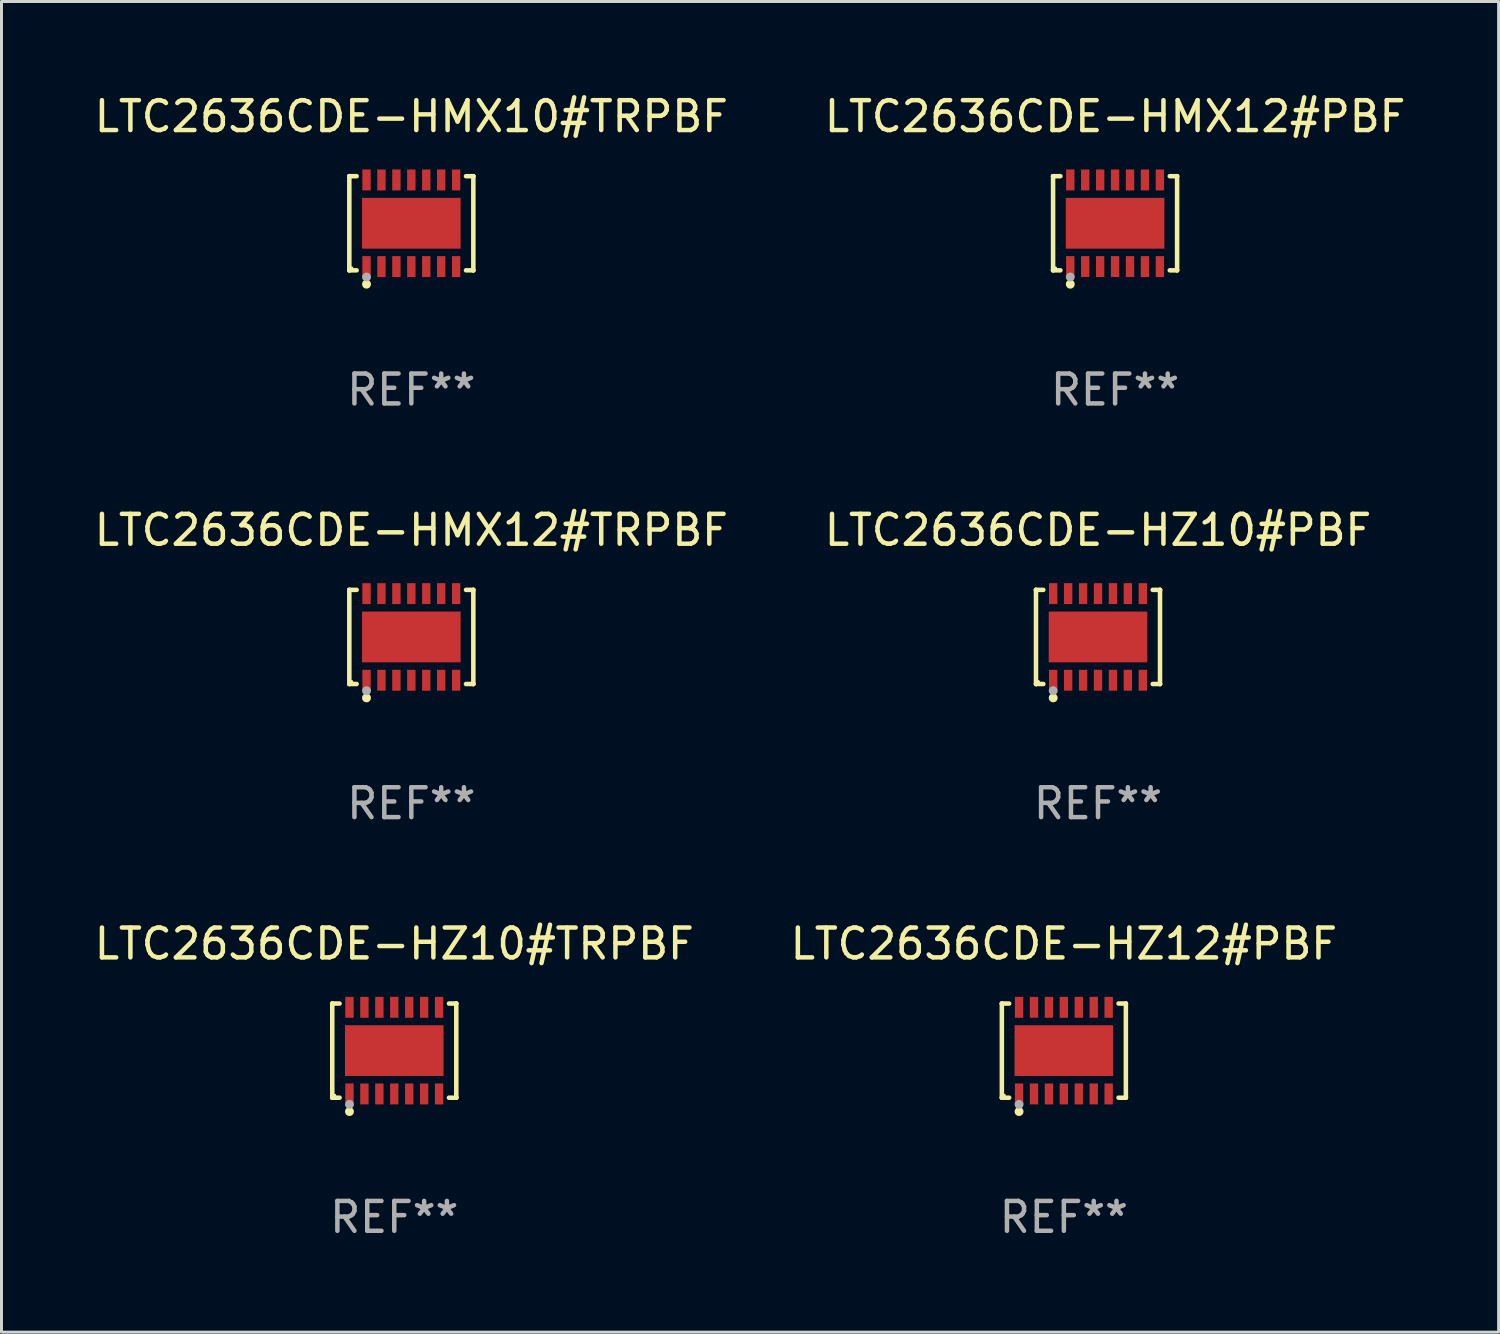
<source format=kicad_pcb>
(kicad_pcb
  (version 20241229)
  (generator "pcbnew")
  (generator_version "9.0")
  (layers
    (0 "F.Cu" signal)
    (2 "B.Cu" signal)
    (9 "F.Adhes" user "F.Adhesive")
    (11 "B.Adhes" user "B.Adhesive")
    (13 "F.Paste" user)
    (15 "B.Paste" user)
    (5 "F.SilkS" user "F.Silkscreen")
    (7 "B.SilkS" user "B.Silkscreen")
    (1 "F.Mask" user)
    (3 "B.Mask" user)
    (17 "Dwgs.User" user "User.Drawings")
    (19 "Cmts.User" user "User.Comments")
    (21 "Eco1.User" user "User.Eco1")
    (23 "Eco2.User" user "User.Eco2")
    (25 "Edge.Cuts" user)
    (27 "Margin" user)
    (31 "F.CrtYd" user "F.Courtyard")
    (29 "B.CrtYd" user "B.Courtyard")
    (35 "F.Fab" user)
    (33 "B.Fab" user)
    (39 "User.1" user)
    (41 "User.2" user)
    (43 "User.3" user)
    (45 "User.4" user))
  (footprint "LTC2636CDE-HMX12#PBF"
    (layer "F.Cu")
    (at 34.28 4.424)
    (property "Reference" "LTC2636CDE-HMX12#PBF" (at 0 -3.576 0) (layer "F.SilkS") (effects (font (size 1 1) (thickness 0.15))))
    (attr through_hole)
    (fp_line (start -2.076 -1.576) (end -2.076 -1.576) (stroke (width 0.152) (type solid)) (layer "F.SilkS"))
    (fp_line (start -2.076 -1.576) (end -1.831 -1.576) (stroke (width 0.152) (type solid)) (layer "F.SilkS"))
    (fp_line (start -2.076 1.576) (end -2.076 -1.576) (stroke (width 0.152) (type solid)) (layer "F.SilkS"))
    (fp_line (start -2.076 1.576) (end -2.076 1.576) (stroke (width 0.152) (type solid)) (layer "F.SilkS"))
    (fp_line (start -1.831 1.576) (end -2.076 1.576) (stroke (width 0.152) (type solid)) (layer "F.SilkS"))
    (fp_line (start 1.831 1.576) (end 2.076 1.576) (stroke (width 0.152) (type solid)) (layer "F.SilkS"))
    (fp_line (start 2.076 -1.576) (end 1.831 -1.576) (stroke (width 0.152) (type solid)) (layer "F.SilkS"))
    (fp_line (start 2.076 -1.576) (end 2.076 -1.576) (stroke (width 0.152) (type solid)) (layer "F.SilkS"))
    (fp_line (start 2.076 1.576) (end 2.076 -1.576) (stroke (width 0.152) (type solid)) (layer "F.SilkS"))
    (fp_line (start 2.076 1.576) (end 2.076 1.576) (stroke (width 0.152) (type solid)) (layer "F.SilkS"))
    (fp_circle (center -2 1.5) (end -1.97 1.5) (stroke (width 0.06) (type solid)) (fill no) (layer "F.SilkS"))
    (fp_circle (center -1.5 2.04) (end -1.425 2.04) (stroke (width 0.15) (type solid)) (fill no) (layer "F.SilkS"))
    (fp_circle (center -1.5 1.8) (end -1.425 1.8) (stroke (width 0.15) (type solid)) (fill no) (layer "F.Fab"))
    (fp_text user "REF**" (at 0 5.576 0) (layer "F.Fab") (effects (font (size 1 1) (thickness 0.15))))
    (pad "1" smd rect (at -1.5 1.45) (size 0.28 0.7) (layers "F.Cu" "F.Mask" "F.Paste"))
    (pad "2" smd rect (at -1 1.45) (size 0.28 0.7) (layers "F.Cu" "F.Mask" "F.Paste"))
    (pad "3" smd rect (at -0.5 1.45) (size 0.28 0.7) (layers "F.Cu" "F.Mask" "F.Paste"))
    (pad "4" smd rect (at 0 1.45) (size 0.28 0.7) (layers "F.Cu" "F.Mask" "F.Paste"))
    (pad "5" smd rect (at 0.5 1.45) (size 0.28 0.7) (layers "F.Cu" "F.Mask" "F.Paste"))
    (pad "6" smd rect (at 1 1.45) (size 0.28 0.7) (layers "F.Cu" "F.Mask" "F.Paste"))
    (pad "7" smd rect (at 1.5 1.45) (size 0.28 0.7) (layers "F.Cu" "F.Mask" "F.Paste"))
    (pad "8" smd rect (at 1.5 -1.45) (size 0.28 0.7) (layers "F.Cu" "F.Mask" "F.Paste"))
    (pad "9" smd rect (at 1 -1.45) (size 0.28 0.7) (layers "F.Cu" "F.Mask" "F.Paste"))
    (pad "10" smd rect (at 0.5 -1.45) (size 0.28 0.7) (layers "F.Cu" "F.Mask" "F.Paste"))
    (pad "11" smd rect (at 0 -1.45) (size 0.28 0.7) (layers "F.Cu" "F.Mask" "F.Paste"))
    (pad "12" smd rect (at -0.5 -1.45) (size 0.28 0.7) (layers "F.Cu" "F.Mask" "F.Paste"))
    (pad "13" smd rect (at -1 -1.45) (size 0.28 0.7) (layers "F.Cu" "F.Mask" "F.Paste"))
    (pad "14" smd rect (at -1.5 -1.45) (size 0.28 0.7) (layers "F.Cu" "F.Mask" "F.Paste"))
    (pad "15" smd rect (at 0 0) (size 3.3 1.7) (layers "F.Cu" "F.Mask" "F.Paste")))
  (footprint "LTC2636CDE-HZ10#PBF"
    (layer "F.Cu")
    (at 33.708 18.273)
    (property "Reference" "LTC2636CDE-HZ10#PBF" (at 0 -3.576 0) (layer "F.SilkS") (effects (font (size 1 1) (thickness 0.15))))
    (attr through_hole)
    (fp_line (start -2.076 -1.576) (end -2.076 -1.576) (stroke (width 0.152) (type solid)) (layer "F.SilkS"))
    (fp_line (start -2.076 -1.576) (end -1.831 -1.576) (stroke (width 0.152) (type solid)) (layer "F.SilkS"))
    (fp_line (start -2.076 1.576) (end -2.076 -1.576) (stroke (width 0.152) (type solid)) (layer "F.SilkS"))
    (fp_line (start -2.076 1.576) (end -2.076 1.576) (stroke (width 0.152) (type solid)) (layer "F.SilkS"))
    (fp_line (start -1.831 1.576) (end -2.076 1.576) (stroke (width 0.152) (type solid)) (layer "F.SilkS"))
    (fp_line (start 1.831 1.576) (end 2.076 1.576) (stroke (width 0.152) (type solid)) (layer "F.SilkS"))
    (fp_line (start 2.076 -1.576) (end 1.831 -1.576) (stroke (width 0.152) (type solid)) (layer "F.SilkS"))
    (fp_line (start 2.076 -1.576) (end 2.076 -1.576) (stroke (width 0.152) (type solid)) (layer "F.SilkS"))
    (fp_line (start 2.076 1.576) (end 2.076 -1.576) (stroke (width 0.152) (type solid)) (layer "F.SilkS"))
    (fp_line (start 2.076 1.576) (end 2.076 1.576) (stroke (width 0.152) (type solid)) (layer "F.SilkS"))
    (fp_circle (center -2 1.5) (end -1.97 1.5) (stroke (width 0.06) (type solid)) (fill no) (layer "F.SilkS"))
    (fp_circle (center -1.5 2.04) (end -1.425 2.04) (stroke (width 0.15) (type solid)) (fill no) (layer "F.SilkS"))
    (fp_circle (center -1.5 1.8) (end -1.425 1.8) (stroke (width 0.15) (type solid)) (fill no) (layer "F.Fab"))
    (fp_text user "REF**" (at 0 5.576 0) (layer "F.Fab") (effects (font (size 1 1) (thickness 0.15))))
    (pad "1" smd rect (at -1.5 1.45) (size 0.28 0.7) (layers "F.Cu" "F.Mask" "F.Paste"))
    (pad "2" smd rect (at -1 1.45) (size 0.28 0.7) (layers "F.Cu" "F.Mask" "F.Paste"))
    (pad "3" smd rect (at -0.5 1.45) (size 0.28 0.7) (layers "F.Cu" "F.Mask" "F.Paste"))
    (pad "4" smd rect (at 0 1.45) (size 0.28 0.7) (layers "F.Cu" "F.Mask" "F.Paste"))
    (pad "5" smd rect (at 0.5 1.45) (size 0.28 0.7) (layers "F.Cu" "F.Mask" "F.Paste"))
    (pad "6" smd rect (at 1 1.45) (size 0.28 0.7) (layers "F.Cu" "F.Mask" "F.Paste"))
    (pad "7" smd rect (at 1.5 1.45) (size 0.28 0.7) (layers "F.Cu" "F.Mask" "F.Paste"))
    (pad "8" smd rect (at 1.5 -1.45) (size 0.28 0.7) (layers "F.Cu" "F.Mask" "F.Paste"))
    (pad "9" smd rect (at 1 -1.45) (size 0.28 0.7) (layers "F.Cu" "F.Mask" "F.Paste"))
    (pad "10" smd rect (at 0.5 -1.45) (size 0.28 0.7) (layers "F.Cu" "F.Mask" "F.Paste"))
    (pad "11" smd rect (at 0 -1.45) (size 0.28 0.7) (layers "F.Cu" "F.Mask" "F.Paste"))
    (pad "12" smd rect (at -0.5 -1.45) (size 0.28 0.7) (layers "F.Cu" "F.Mask" "F.Paste"))
    (pad "13" smd rect (at -1 -1.45) (size 0.28 0.7) (layers "F.Cu" "F.Mask" "F.Paste"))
    (pad "14" smd rect (at -1.5 -1.45) (size 0.28 0.7) (layers "F.Cu" "F.Mask" "F.Paste"))
    (pad "15" smd rect (at 0 0) (size 3.3 1.7) (layers "F.Cu" "F.Mask" "F.Paste")))
  (footprint "LTC2636CDE-HMX10#TRPBF"
    (layer "F.Cu")
    (at 10.72 4.424)
    (property "Reference" "LTC2636CDE-HMX10#TRPBF" (at 0 -3.576 0) (layer "F.SilkS") (effects (font (size 1 1) (thickness 0.15))))
    (attr through_hole)
    (fp_line (start -2.076 -1.576) (end -2.076 -1.576) (stroke (width 0.152) (type solid)) (layer "F.SilkS"))
    (fp_line (start -2.076 -1.576) (end -1.831 -1.576) (stroke (width 0.152) (type solid)) (layer "F.SilkS"))
    (fp_line (start -2.076 1.576) (end -2.076 -1.576) (stroke (width 0.152) (type solid)) (layer "F.SilkS"))
    (fp_line (start -2.076 1.576) (end -2.076 1.576) (stroke (width 0.152) (type solid)) (layer "F.SilkS"))
    (fp_line (start -1.831 1.576) (end -2.076 1.576) (stroke (width 0.152) (type solid)) (layer "F.SilkS"))
    (fp_line (start 1.831 1.576) (end 2.076 1.576) (stroke (width 0.152) (type solid)) (layer "F.SilkS"))
    (fp_line (start 2.076 -1.576) (end 1.831 -1.576) (stroke (width 0.152) (type solid)) (layer "F.SilkS"))
    (fp_line (start 2.076 -1.576) (end 2.076 -1.576) (stroke (width 0.152) (type solid)) (layer "F.SilkS"))
    (fp_line (start 2.076 1.576) (end 2.076 -1.576) (stroke (width 0.152) (type solid)) (layer "F.SilkS"))
    (fp_line (start 2.076 1.576) (end 2.076 1.576) (stroke (width 0.152) (type solid)) (layer "F.SilkS"))
    (fp_circle (center -2 1.5) (end -1.97 1.5) (stroke (width 0.06) (type solid)) (fill no) (layer "F.SilkS"))
    (fp_circle (center -1.5 2.04) (end -1.425 2.04) (stroke (width 0.15) (type solid)) (fill no) (layer "F.SilkS"))
    (fp_circle (center -1.5 1.8) (end -1.425 1.8) (stroke (width 0.15) (type solid)) (fill no) (layer "F.Fab"))
    (fp_text user "REF**" (at 0 5.576 0) (layer "F.Fab") (effects (font (size 1 1) (thickness 0.15))))
    (pad "1" smd rect (at -1.5 1.45) (size 0.28 0.7) (layers "F.Cu" "F.Mask" "F.Paste"))
    (pad "2" smd rect (at -1 1.45) (size 0.28 0.7) (layers "F.Cu" "F.Mask" "F.Paste"))
    (pad "3" smd rect (at -0.5 1.45) (size 0.28 0.7) (layers "F.Cu" "F.Mask" "F.Paste"))
    (pad "4" smd rect (at 0 1.45) (size 0.28 0.7) (layers "F.Cu" "F.Mask" "F.Paste"))
    (pad "5" smd rect (at 0.5 1.45) (size 0.28 0.7) (layers "F.Cu" "F.Mask" "F.Paste"))
    (pad "6" smd rect (at 1 1.45) (size 0.28 0.7) (layers "F.Cu" "F.Mask" "F.Paste"))
    (pad "7" smd rect (at 1.5 1.45) (size 0.28 0.7) (layers "F.Cu" "F.Mask" "F.Paste"))
    (pad "8" smd rect (at 1.5 -1.45) (size 0.28 0.7) (layers "F.Cu" "F.Mask" "F.Paste"))
    (pad "9" smd rect (at 1 -1.45) (size 0.28 0.7) (layers "F.Cu" "F.Mask" "F.Paste"))
    (pad "10" smd rect (at 0.5 -1.45) (size 0.28 0.7) (layers "F.Cu" "F.Mask" "F.Paste"))
    (pad "11" smd rect (at 0 -1.45) (size 0.28 0.7) (layers "F.Cu" "F.Mask" "F.Paste"))
    (pad "12" smd rect (at -0.5 -1.45) (size 0.28 0.7) (layers "F.Cu" "F.Mask" "F.Paste"))
    (pad "13" smd rect (at -1 -1.45) (size 0.28 0.7) (layers "F.Cu" "F.Mask" "F.Paste"))
    (pad "14" smd rect (at -1.5 -1.45) (size 0.28 0.7) (layers "F.Cu" "F.Mask" "F.Paste"))
    (pad "15" smd rect (at 0 0) (size 3.3 1.7) (layers "F.Cu" "F.Mask" "F.Paste")))
  (footprint "LTC2636CDE-HZ12#PBF"
    (layer "F.Cu")
    (at 32.565 32.122)
    (property "Reference" "LTC2636CDE-HZ12#PBF" (at 0 -3.576 0) (layer "F.SilkS") (effects (font (size 1 1) (thickness 0.15))))
    (attr through_hole)
    (fp_line (start -2.076 -1.576) (end -2.076 -1.576) (stroke (width 0.152) (type solid)) (layer "F.SilkS"))
    (fp_line (start -2.076 -1.576) (end -1.831 -1.576) (stroke (width 0.152) (type solid)) (layer "F.SilkS"))
    (fp_line (start -2.076 1.576) (end -2.076 -1.576) (stroke (width 0.152) (type solid)) (layer "F.SilkS"))
    (fp_line (start -2.076 1.576) (end -2.076 1.576) (stroke (width 0.152) (type solid)) (layer "F.SilkS"))
    (fp_line (start -1.831 1.576) (end -2.076 1.576) (stroke (width 0.152) (type solid)) (layer "F.SilkS"))
    (fp_line (start 1.831 1.576) (end 2.076 1.576) (stroke (width 0.152) (type solid)) (layer "F.SilkS"))
    (fp_line (start 2.076 -1.576) (end 1.831 -1.576) (stroke (width 0.152) (type solid)) (layer "F.SilkS"))
    (fp_line (start 2.076 -1.576) (end 2.076 -1.576) (stroke (width 0.152) (type solid)) (layer "F.SilkS"))
    (fp_line (start 2.076 1.576) (end 2.076 -1.576) (stroke (width 0.152) (type solid)) (layer "F.SilkS"))
    (fp_line (start 2.076 1.576) (end 2.076 1.576) (stroke (width 0.152) (type solid)) (layer "F.SilkS"))
    (fp_circle (center -2 1.5) (end -1.97 1.5) (stroke (width 0.06) (type solid)) (fill no) (layer "F.SilkS"))
    (fp_circle (center -1.5 2.04) (end -1.425 2.04) (stroke (width 0.15) (type solid)) (fill no) (layer "F.SilkS"))
    (fp_circle (center -1.5 1.8) (end -1.425 1.8) (stroke (width 0.15) (type solid)) (fill no) (layer "F.Fab"))
    (fp_text user "REF**" (at 0 5.576 0) (layer "F.Fab") (effects (font (size 1 1) (thickness 0.15))))
    (pad "1" smd rect (at -1.5 1.45) (size 0.28 0.7) (layers "F.Cu" "F.Mask" "F.Paste"))
    (pad "2" smd rect (at -1 1.45) (size 0.28 0.7) (layers "F.Cu" "F.Mask" "F.Paste"))
    (pad "3" smd rect (at -0.5 1.45) (size 0.28 0.7) (layers "F.Cu" "F.Mask" "F.Paste"))
    (pad "4" smd rect (at 0 1.45) (size 0.28 0.7) (layers "F.Cu" "F.Mask" "F.Paste"))
    (pad "5" smd rect (at 0.5 1.45) (size 0.28 0.7) (layers "F.Cu" "F.Mask" "F.Paste"))
    (pad "6" smd rect (at 1 1.45) (size 0.28 0.7) (layers "F.Cu" "F.Mask" "F.Paste"))
    (pad "7" smd rect (at 1.5 1.45) (size 0.28 0.7) (layers "F.Cu" "F.Mask" "F.Paste"))
    (pad "8" smd rect (at 1.5 -1.45) (size 0.28 0.7) (layers "F.Cu" "F.Mask" "F.Paste"))
    (pad "9" smd rect (at 1 -1.45) (size 0.28 0.7) (layers "F.Cu" "F.Mask" "F.Paste"))
    (pad "10" smd rect (at 0.5 -1.45) (size 0.28 0.7) (layers "F.Cu" "F.Mask" "F.Paste"))
    (pad "11" smd rect (at 0 -1.45) (size 0.28 0.7) (layers "F.Cu" "F.Mask" "F.Paste"))
    (pad "12" smd rect (at -0.5 -1.45) (size 0.28 0.7) (layers "F.Cu" "F.Mask" "F.Paste"))
    (pad "13" smd rect (at -1 -1.45) (size 0.28 0.7) (layers "F.Cu" "F.Mask" "F.Paste"))
    (pad "14" smd rect (at -1.5 -1.45) (size 0.28 0.7) (layers "F.Cu" "F.Mask" "F.Paste"))
    (pad "15" smd rect (at 0 0) (size 3.3 1.7) (layers "F.Cu" "F.Mask" "F.Paste")))
  (footprint "LTC2636CDE-HMX12#TRPBF"
    (layer "F.Cu")
    (at 10.72 18.273)
    (property "Reference" "LTC2636CDE-HMX12#TRPBF" (at 0 -3.576 0) (layer "F.SilkS") (effects (font (size 1 1) (thickness 0.15))))
    (attr through_hole)
    (fp_line (start -2.076 -1.576) (end -2.076 -1.576) (stroke (width 0.152) (type solid)) (layer "F.SilkS"))
    (fp_line (start -2.076 -1.576) (end -1.831 -1.576) (stroke (width 0.152) (type solid)) (layer "F.SilkS"))
    (fp_line (start -2.076 1.576) (end -2.076 -1.576) (stroke (width 0.152) (type solid)) (layer "F.SilkS"))
    (fp_line (start -2.076 1.576) (end -2.076 1.576) (stroke (width 0.152) (type solid)) (layer "F.SilkS"))
    (fp_line (start -1.831 1.576) (end -2.076 1.576) (stroke (width 0.152) (type solid)) (layer "F.SilkS"))
    (fp_line (start 1.831 1.576) (end 2.076 1.576) (stroke (width 0.152) (type solid)) (layer "F.SilkS"))
    (fp_line (start 2.076 -1.576) (end 1.831 -1.576) (stroke (width 0.152) (type solid)) (layer "F.SilkS"))
    (fp_line (start 2.076 -1.576) (end 2.076 -1.576) (stroke (width 0.152) (type solid)) (layer "F.SilkS"))
    (fp_line (start 2.076 1.576) (end 2.076 -1.576) (stroke (width 0.152) (type solid)) (layer "F.SilkS"))
    (fp_line (start 2.076 1.576) (end 2.076 1.576) (stroke (width 0.152) (type solid)) (layer "F.SilkS"))
    (fp_circle (center -2 1.5) (end -1.97 1.5) (stroke (width 0.06) (type solid)) (fill no) (layer "F.SilkS"))
    (fp_circle (center -1.5 2.04) (end -1.425 2.04) (stroke (width 0.15) (type solid)) (fill no) (layer "F.SilkS"))
    (fp_circle (center -1.5 1.8) (end -1.425 1.8) (stroke (width 0.15) (type solid)) (fill no) (layer "F.Fab"))
    (fp_text user "REF**" (at 0 5.576 0) (layer "F.Fab") (effects (font (size 1 1) (thickness 0.15))))
    (pad "1" smd rect (at -1.5 1.45) (size 0.28 0.7) (layers "F.Cu" "F.Mask" "F.Paste"))
    (pad "2" smd rect (at -1 1.45) (size 0.28 0.7) (layers "F.Cu" "F.Mask" "F.Paste"))
    (pad "3" smd rect (at -0.5 1.45) (size 0.28 0.7) (layers "F.Cu" "F.Mask" "F.Paste"))
    (pad "4" smd rect (at 0 1.45) (size 0.28 0.7) (layers "F.Cu" "F.Mask" "F.Paste"))
    (pad "5" smd rect (at 0.5 1.45) (size 0.28 0.7) (layers "F.Cu" "F.Mask" "F.Paste"))
    (pad "6" smd rect (at 1 1.45) (size 0.28 0.7) (layers "F.Cu" "F.Mask" "F.Paste"))
    (pad "7" smd rect (at 1.5 1.45) (size 0.28 0.7) (layers "F.Cu" "F.Mask" "F.Paste"))
    (pad "8" smd rect (at 1.5 -1.45) (size 0.28 0.7) (layers "F.Cu" "F.Mask" "F.Paste"))
    (pad "9" smd rect (at 1 -1.45) (size 0.28 0.7) (layers "F.Cu" "F.Mask" "F.Paste"))
    (pad "10" smd rect (at 0.5 -1.45) (size 0.28 0.7) (layers "F.Cu" "F.Mask" "F.Paste"))
    (pad "11" smd rect (at 0 -1.45) (size 0.28 0.7) (layers "F.Cu" "F.Mask" "F.Paste"))
    (pad "12" smd rect (at -0.5 -1.45) (size 0.28 0.7) (layers "F.Cu" "F.Mask" "F.Paste"))
    (pad "13" smd rect (at -1 -1.45) (size 0.28 0.7) (layers "F.Cu" "F.Mask" "F.Paste"))
    (pad "14" smd rect (at -1.5 -1.45) (size 0.28 0.7) (layers "F.Cu" "F.Mask" "F.Paste"))
    (pad "15" smd rect (at 0 0) (size 3.3 1.7) (layers "F.Cu" "F.Mask" "F.Paste")))
  (footprint "LTC2636CDE-HZ10#TRPBF"
    (layer "F.Cu")
    (at 10.149 32.122)
    (property "Reference" "LTC2636CDE-HZ10#TRPBF" (at 0 -3.576 0) (layer "F.SilkS") (effects (font (size 1 1) (thickness 0.15))))
    (attr through_hole)
    (fp_line (start -2.076 -1.576) (end -2.076 -1.576) (stroke (width 0.152) (type solid)) (layer "F.SilkS"))
    (fp_line (start -2.076 -1.576) (end -1.831 -1.576) (stroke (width 0.152) (type solid)) (layer "F.SilkS"))
    (fp_line (start -2.076 1.576) (end -2.076 -1.576) (stroke (width 0.152) (type solid)) (layer "F.SilkS"))
    (fp_line (start -2.076 1.576) (end -2.076 1.576) (stroke (width 0.152) (type solid)) (layer "F.SilkS"))
    (fp_line (start -1.831 1.576) (end -2.076 1.576) (stroke (width 0.152) (type solid)) (layer "F.SilkS"))
    (fp_line (start 1.831 1.576) (end 2.076 1.576) (stroke (width 0.152) (type solid)) (layer "F.SilkS"))
    (fp_line (start 2.076 -1.576) (end 1.831 -1.576) (stroke (width 0.152) (type solid)) (layer "F.SilkS"))
    (fp_line (start 2.076 -1.576) (end 2.076 -1.576) (stroke (width 0.152) (type solid)) (layer "F.SilkS"))
    (fp_line (start 2.076 1.576) (end 2.076 -1.576) (stroke (width 0.152) (type solid)) (layer "F.SilkS"))
    (fp_line (start 2.076 1.576) (end 2.076 1.576) (stroke (width 0.152) (type solid)) (layer "F.SilkS"))
    (fp_circle (center -2 1.5) (end -1.97 1.5) (stroke (width 0.06) (type solid)) (fill no) (layer "F.SilkS"))
    (fp_circle (center -1.5 2.04) (end -1.425 2.04) (stroke (width 0.15) (type solid)) (fill no) (layer "F.SilkS"))
    (fp_circle (center -1.5 1.8) (end -1.425 1.8) (stroke (width 0.15) (type solid)) (fill no) (layer "F.Fab"))
    (fp_text user "REF**" (at 0 5.576 0) (layer "F.Fab") (effects (font (size 1 1) (thickness 0.15))))
    (pad "1" smd rect (at -1.5 1.45) (size 0.28 0.7) (layers "F.Cu" "F.Mask" "F.Paste"))
    (pad "2" smd rect (at -1 1.45) (size 0.28 0.7) (layers "F.Cu" "F.Mask" "F.Paste"))
    (pad "3" smd rect (at -0.5 1.45) (size 0.28 0.7) (layers "F.Cu" "F.Mask" "F.Paste"))
    (pad "4" smd rect (at 0 1.45) (size 0.28 0.7) (layers "F.Cu" "F.Mask" "F.Paste"))
    (pad "5" smd rect (at 0.5 1.45) (size 0.28 0.7) (layers "F.Cu" "F.Mask" "F.Paste"))
    (pad "6" smd rect (at 1 1.45) (size 0.28 0.7) (layers "F.Cu" "F.Mask" "F.Paste"))
    (pad "7" smd rect (at 1.5 1.45) (size 0.28 0.7) (layers "F.Cu" "F.Mask" "F.Paste"))
    (pad "8" smd rect (at 1.5 -1.45) (size 0.28 0.7) (layers "F.Cu" "F.Mask" "F.Paste"))
    (pad "9" smd rect (at 1 -1.45) (size 0.28 0.7) (layers "F.Cu" "F.Mask" "F.Paste"))
    (pad "10" smd rect (at 0.5 -1.45) (size 0.28 0.7) (layers "F.Cu" "F.Mask" "F.Paste"))
    (pad "11" smd rect (at 0 -1.45) (size 0.28 0.7) (layers "F.Cu" "F.Mask" "F.Paste"))
    (pad "12" smd rect (at -0.5 -1.45) (size 0.28 0.7) (layers "F.Cu" "F.Mask" "F.Paste"))
    (pad "13" smd rect (at -1 -1.45) (size 0.28 0.7) (layers "F.Cu" "F.Mask" "F.Paste"))
    (pad "14" smd rect (at -1.5 -1.45) (size 0.28 0.7) (layers "F.Cu" "F.Mask" "F.Paste"))
    (pad "15" smd rect (at 0 0) (size 3.3 1.7) (layers "F.Cu" "F.Mask" "F.Paste")))
  (gr_rect
    (start -3 -3)
    (end 47.119 41.547)
    (stroke (width 0.1) (type default))
    (fill no)
    (layer "Edge.Cuts")))
</source>
